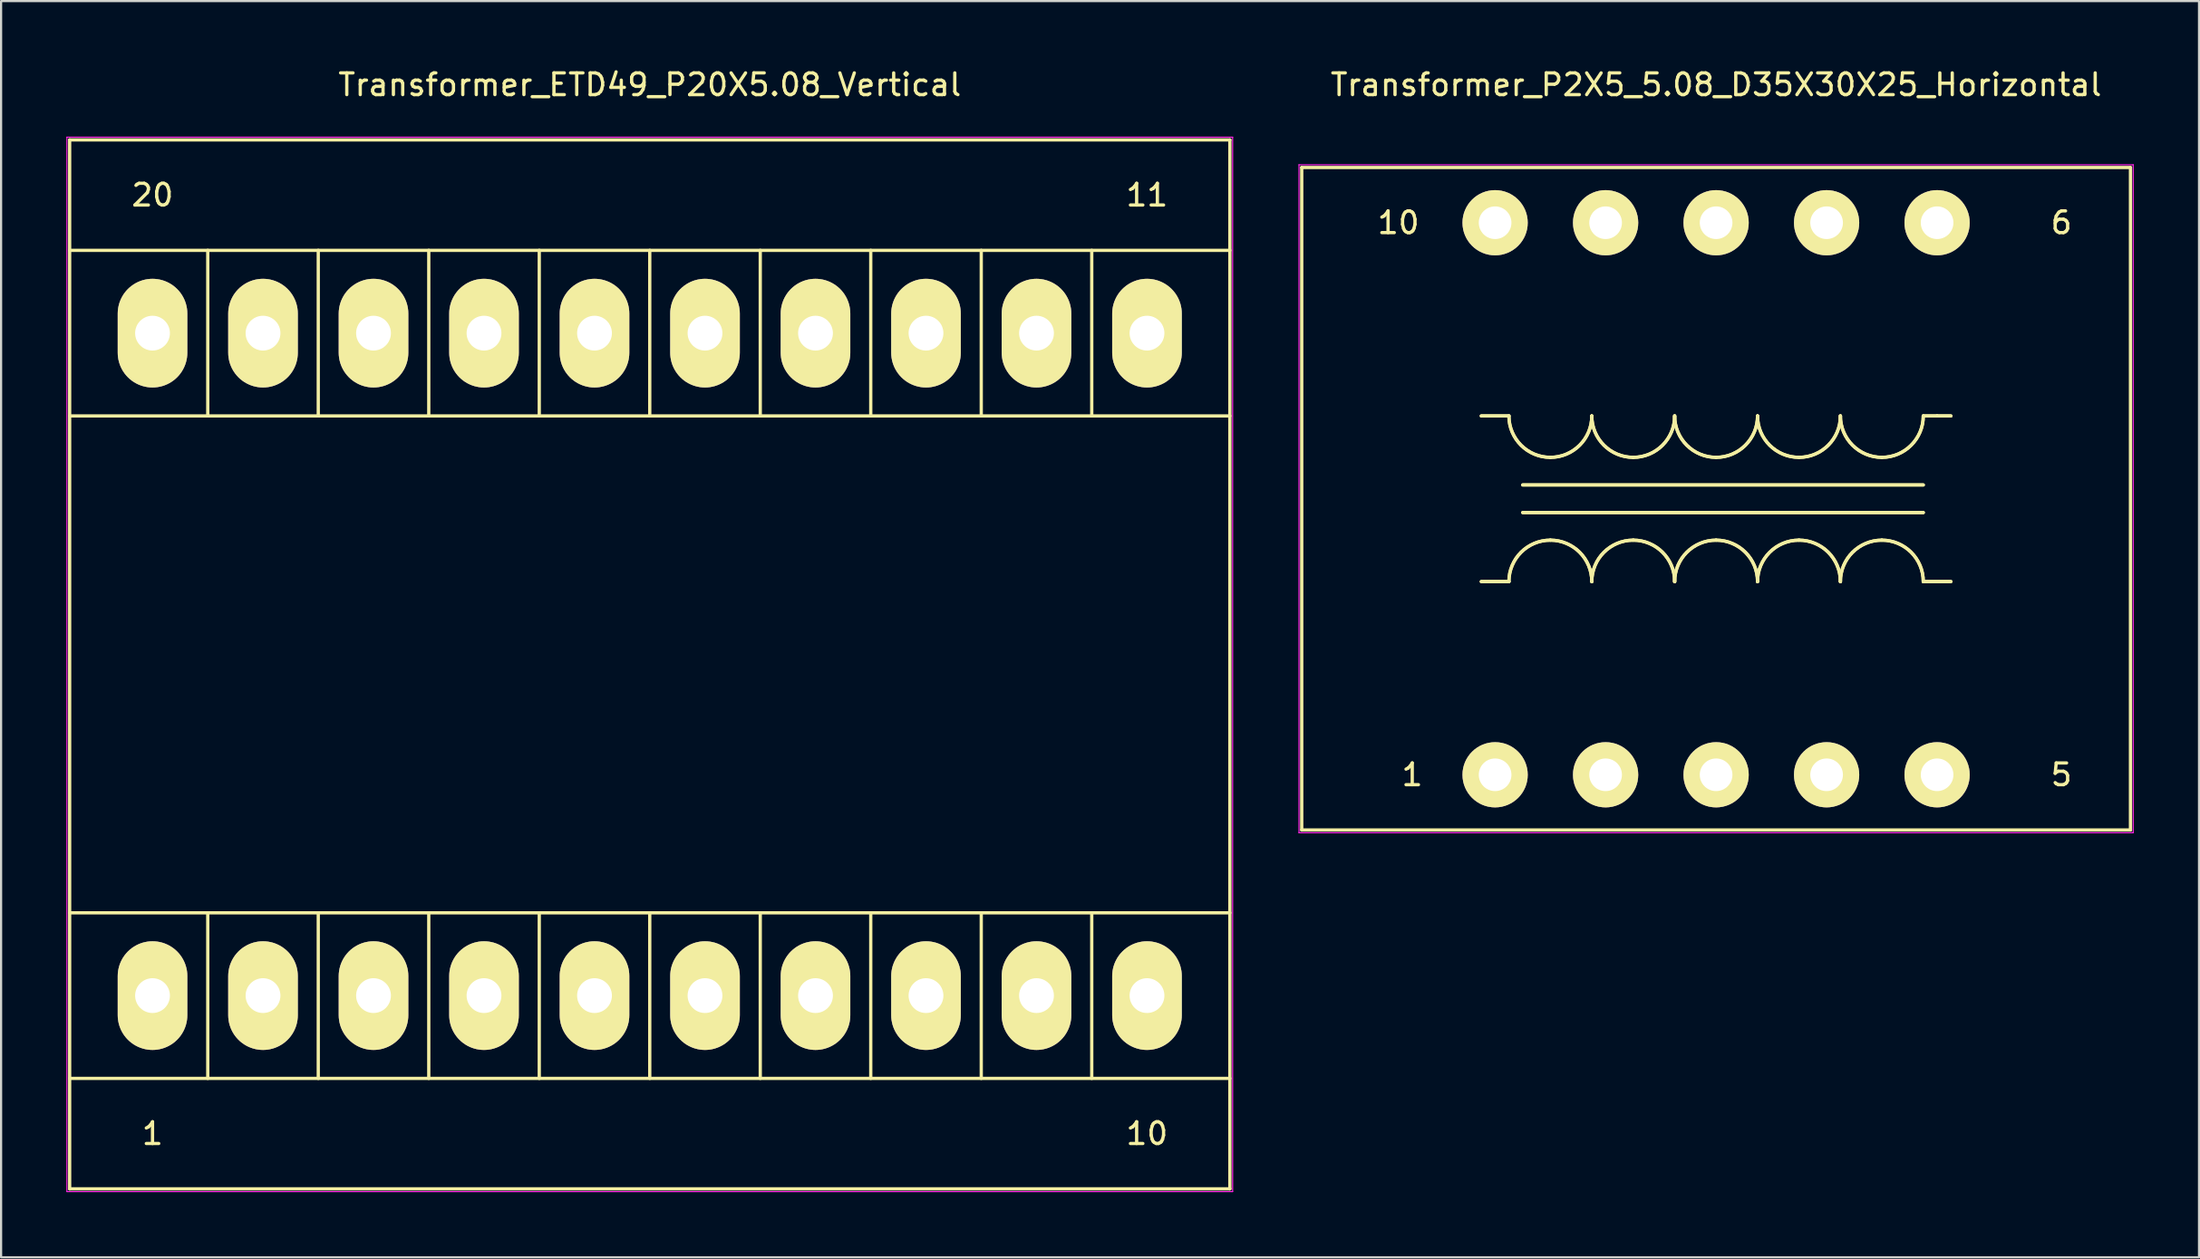
<source format=kicad_pcb>
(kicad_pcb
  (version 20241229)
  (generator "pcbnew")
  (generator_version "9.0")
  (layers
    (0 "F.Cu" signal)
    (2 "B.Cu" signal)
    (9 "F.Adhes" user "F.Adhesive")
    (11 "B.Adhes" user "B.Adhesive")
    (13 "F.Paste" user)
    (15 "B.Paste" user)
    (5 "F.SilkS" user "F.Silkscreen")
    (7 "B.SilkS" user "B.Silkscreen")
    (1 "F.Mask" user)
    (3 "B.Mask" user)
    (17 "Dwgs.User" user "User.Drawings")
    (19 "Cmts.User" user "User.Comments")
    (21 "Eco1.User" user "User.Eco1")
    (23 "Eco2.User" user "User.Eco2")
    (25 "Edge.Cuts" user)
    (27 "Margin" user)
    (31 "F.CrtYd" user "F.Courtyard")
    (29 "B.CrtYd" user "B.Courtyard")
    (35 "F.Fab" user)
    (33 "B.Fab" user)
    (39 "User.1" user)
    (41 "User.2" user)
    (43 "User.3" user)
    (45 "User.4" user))
  (footprint "Transformer_P2X5_5.08_D35X30X25_Horizontal"
    (layer "F.Cu")
    (at 65.686 32.598)
    (property "Reference" "Transformer_P2X5_5.08_D35X30X25_Horizontal" (at 10.16 -31.75 0) (layer "F.SilkS") (effects (font (size 1 1) (thickness 0.15))))
    (attr through_hole)
    (fp_line (start -8.89 -27.94) (end -8.89 2.54) (stroke (width 0.15) (type solid)) (layer "F.SilkS"))
    (fp_line (start -8.89 -27.94) (end 29.21 -27.94) (stroke (width 0.15) (type solid)) (layer "F.SilkS"))
    (fp_line (start 0.635 -16.51) (end -0.635 -16.51) (stroke (width 0.15) (type solid)) (layer "F.SilkS"))
    (fp_line (start 0.635 -16.51) (end -0.635 -16.51) (stroke (width 0.15) (type solid)) (layer "F.SilkS"))
    (fp_line (start 0.635 -8.89) (end -0.635 -8.89) (stroke (width 0.15) (type solid)) (layer "F.SilkS"))
    (fp_line (start 0.635 -8.89) (end -0.635 -8.89) (stroke (width 0.15) (type solid)) (layer "F.SilkS"))
    (fp_line (start 1.27 -13.335) (end 19.685 -13.335) (stroke (width 0.15) (type solid)) (layer "F.SilkS"))
    (fp_line (start 1.27 -13.335) (end 19.685 -13.335) (stroke (width 0.15) (type solid)) (layer "F.SilkS"))
    (fp_line (start 1.27 -12.065) (end 19.685 -12.065) (stroke (width 0.15) (type solid)) (layer "F.SilkS"))
    (fp_line (start 1.27 -12.065) (end 19.685 -12.065) (stroke (width 0.15) (type solid)) (layer "F.SilkS"))
    (fp_line (start 19.685 -16.51) (end 20.32 -16.51) (stroke (width 0.15) (type solid)) (layer "F.SilkS"))
    (fp_line (start 19.685 -16.51) (end 20.32 -16.51) (stroke (width 0.15) (type solid)) (layer "F.SilkS"))
    (fp_line (start 19.685 -8.89) (end 20.955 -8.89) (stroke (width 0.15) (type solid)) (layer "F.SilkS"))
    (fp_line (start 19.685 -8.89) (end 20.955 -8.89) (stroke (width 0.15) (type solid)) (layer "F.SilkS"))
    (fp_line (start 20.32 -16.51) (end 20.955 -16.51) (stroke (width 0.15) (type solid)) (layer "F.SilkS"))
    (fp_line (start 20.32 -16.51) (end 20.955 -16.51) (stroke (width 0.15) (type solid)) (layer "F.SilkS"))
    (fp_line (start 29.21 -27.94) (end 29.21 2.54) (stroke (width 0.15) (type solid)) (layer "F.SilkS"))
    (fp_line (start 29.21 2.54) (end -8.89 2.54) (stroke (width 0.15) (type solid)) (layer "F.SilkS"))
    (fp_arc (start 0.635 -8.89) (mid 1.192962 -10.237038) (end 2.54 -10.795) (stroke (width 0.15) (type solid)) (layer "F.SilkS"))
    (fp_arc (start 0.635 -8.89) (mid 1.192962 -10.237038) (end 2.54 -10.795) (stroke (width 0.15) (type solid)) (layer "F.SilkS"))
    (fp_arc (start 2.54 -14.605) (mid 1.192962 -15.162962) (end 0.635 -16.51) (stroke (width 0.15) (type solid)) (layer "F.SilkS"))
    (fp_arc (start 2.54 -14.605) (mid 1.192962 -15.162962) (end 0.635 -16.51) (stroke (width 0.15) (type solid)) (layer "F.SilkS"))
    (fp_arc (start 2.54 -10.795) (mid 3.887038 -10.237038) (end 4.445 -8.89) (stroke (width 0.15) (type solid)) (layer "F.SilkS"))
    (fp_arc (start 2.54 -10.795) (mid 3.887038 -10.237038) (end 4.445 -8.89) (stroke (width 0.15) (type solid)) (layer "F.SilkS"))
    (fp_arc (start 4.445 -16.51) (mid 3.887038 -15.162962) (end 2.54 -14.605) (stroke (width 0.15) (type solid)) (layer "F.SilkS"))
    (fp_arc (start 4.445 -16.51) (mid 3.887038 -15.162962) (end 2.54 -14.605) (stroke (width 0.15) (type solid)) (layer "F.SilkS"))
    (fp_arc (start 4.445 -8.89) (mid 5.002962 -10.237038) (end 6.35 -10.795) (stroke (width 0.15) (type solid)) (layer "F.SilkS"))
    (fp_arc (start 4.445 -8.89) (mid 5.002962 -10.237038) (end 6.35 -10.795) (stroke (width 0.15) (type solid)) (layer "F.SilkS"))
    (fp_arc (start 6.35 -14.605) (mid 5.002962 -15.162962) (end 4.445 -16.51) (stroke (width 0.15) (type solid)) (layer "F.SilkS"))
    (fp_arc (start 6.35 -14.605) (mid 5.002962 -15.162962) (end 4.445 -16.51) (stroke (width 0.15) (type solid)) (layer "F.SilkS"))
    (fp_arc (start 6.35 -10.795) (mid 7.697038 -10.237038) (end 8.255 -8.89) (stroke (width 0.15) (type solid)) (layer "F.SilkS"))
    (fp_arc (start 6.35 -10.795) (mid 7.697038 -10.237038) (end 8.255 -8.89) (stroke (width 0.15) (type solid)) (layer "F.SilkS"))
    (fp_arc (start 8.255 -16.51) (mid 7.697038 -15.162962) (end 6.35 -14.605) (stroke (width 0.15) (type solid)) (layer "F.SilkS"))
    (fp_arc (start 8.255 -16.51) (mid 7.697038 -15.162962) (end 6.35 -14.605) (stroke (width 0.15) (type solid)) (layer "F.SilkS"))
    (fp_arc (start 8.255 -8.89) (mid 8.812962 -10.237038) (end 10.16 -10.795) (stroke (width 0.15) (type solid)) (layer "F.SilkS"))
    (fp_arc (start 8.255 -8.89) (mid 8.812962 -10.237038) (end 10.16 -10.795) (stroke (width 0.15) (type solid)) (layer "F.SilkS"))
    (fp_arc (start 10.16 -14.605) (mid 8.812962 -15.162962) (end 8.255 -16.51) (stroke (width 0.15) (type solid)) (layer "F.SilkS"))
    (fp_arc (start 10.16 -14.605) (mid 8.812962 -15.162962) (end 8.255 -16.51) (stroke (width 0.15) (type solid)) (layer "F.SilkS"))
    (fp_arc (start 10.16 -10.795) (mid 11.507038 -10.237038) (end 12.065 -8.89) (stroke (width 0.15) (type solid)) (layer "F.SilkS"))
    (fp_arc (start 10.16 -10.795) (mid 11.507038 -10.237038) (end 12.065 -8.89) (stroke (width 0.15) (type solid)) (layer "F.SilkS"))
    (fp_arc (start 12.065 -16.51) (mid 11.507038 -15.162962) (end 10.16 -14.605) (stroke (width 0.15) (type solid)) (layer "F.SilkS"))
    (fp_arc (start 12.065 -16.51) (mid 11.507038 -15.162962) (end 10.16 -14.605) (stroke (width 0.15) (type solid)) (layer "F.SilkS"))
    (fp_arc (start 12.065 -8.89) (mid 12.622962 -10.237038) (end 13.97 -10.795) (stroke (width 0.15) (type solid)) (layer "F.SilkS"))
    (fp_arc (start 12.065 -8.89) (mid 12.622962 -10.237038) (end 13.97 -10.795) (stroke (width 0.15) (type solid)) (layer "F.SilkS"))
    (fp_arc (start 13.97 -14.605) (mid 12.622962 -15.162962) (end 12.065 -16.51) (stroke (width 0.15) (type solid)) (layer "F.SilkS"))
    (fp_arc (start 13.97 -14.605) (mid 12.622962 -15.162962) (end 12.065 -16.51) (stroke (width 0.15) (type solid)) (layer "F.SilkS"))
    (fp_arc (start 13.97 -10.795) (mid 15.317038 -10.237038) (end 15.875 -8.89) (stroke (width 0.15) (type solid)) (layer "F.SilkS"))
    (fp_arc (start 13.97 -10.795) (mid 15.317038 -10.237038) (end 15.875 -8.89) (stroke (width 0.15) (type solid)) (layer "F.SilkS"))
    (fp_arc (start 15.875 -16.51) (mid 15.317038 -15.162962) (end 13.97 -14.605) (stroke (width 0.15) (type solid)) (layer "F.SilkS"))
    (fp_arc (start 15.875 -16.51) (mid 15.317038 -15.162962) (end 13.97 -14.605) (stroke (width 0.15) (type solid)) (layer "F.SilkS"))
    (fp_arc (start 15.875 -8.89) (mid 16.432962 -10.237038) (end 17.78 -10.795) (stroke (width 0.15) (type solid)) (layer "F.SilkS"))
    (fp_arc (start 15.875 -8.89) (mid 16.432962 -10.237038) (end 17.78 -10.795) (stroke (width 0.15) (type solid)) (layer "F.SilkS"))
    (fp_arc (start 17.78 -14.605) (mid 16.432962 -15.162962) (end 15.875 -16.51) (stroke (width 0.15) (type solid)) (layer "F.SilkS"))
    (fp_arc (start 17.78 -14.605) (mid 16.432962 -15.162962) (end 15.875 -16.51) (stroke (width 0.15) (type solid)) (layer "F.SilkS"))
    (fp_arc (start 17.78 -10.795) (mid 19.127038 -10.237038) (end 19.685 -8.89) (stroke (width 0.15) (type solid)) (layer "F.SilkS"))
    (fp_arc (start 17.78 -10.795) (mid 19.127038 -10.237038) (end 19.685 -8.89) (stroke (width 0.15) (type solid)) (layer "F.SilkS"))
    (fp_arc (start 19.685 -16.51) (mid 19.127038 -15.162962) (end 17.78 -14.605) (stroke (width 0.15) (type solid)) (layer "F.SilkS"))
    (fp_arc (start 19.685 -16.51) (mid 19.127038 -15.162962) (end 17.78 -14.605) (stroke (width 0.15) (type solid)) (layer "F.SilkS"))
    (fp_line (start -9.017 -28.067) (end 29.337 -28.067) (stroke (width 0.05) (type solid)) (layer "F.CrtYd"))
    (fp_line (start -9.017 2.667) (end -9.017 -28.067) (stroke (width 0.05) (type solid)) (layer "F.CrtYd"))
    (fp_line (start 29.337 -28.067) (end 29.337 2.667) (stroke (width 0.05) (type solid)) (layer "F.CrtYd"))
    (fp_line (start 29.337 2.667) (end -9.017 2.667) (stroke (width 0.05) (type solid)) (layer "F.CrtYd"))
    (fp_text user "1" (at -3.81 0 0) (layer "F.SilkS") (effects (font (size 1 1) (thickness 0.15))))
    (fp_text user "5" (at 26.035 0 0) (layer "F.SilkS") (effects (font (size 1 1) (thickness 0.15))))
    (fp_text user "6" (at 26.035 -25.4 0) (layer "F.SilkS") (effects (font (size 1 1) (thickness 0.15))))
    (fp_text user "10" (at -4.445 -25.4 0) (layer "F.SilkS") (effects (font (size 1 1) (thickness 0.15))))
    (pad "1" thru_hole circle (at 0 0 90) (size 3 3) (drill 1.501) (layers "*.Cu" "*.Mask" "F.SilkS"))
    (pad "2" thru_hole circle (at 5.08 0 90) (size 3 3) (drill 1.501) (layers "*.Cu" "*.Mask" "F.SilkS"))
    (pad "3" thru_hole circle (at 10.16 0 90) (size 3 3) (drill 1.501) (layers "*.Cu" "*.Mask" "F.SilkS"))
    (pad "4" thru_hole circle (at 15.24 0 90) (size 3 3) (drill 1.501) (layers "*.Cu" "*.Mask" "F.SilkS"))
    (pad "5" thru_hole circle (at 20.32 0 90) (size 3 3) (drill 1.501) (layers "*.Cu" "*.Mask" "F.SilkS"))
    (pad "6" thru_hole circle (at 20.32 -25.4 90) (size 3 3) (drill 1.501) (layers "*.Cu" "*.Mask" "F.SilkS"))
    (pad "7" thru_hole circle (at 15.24 -25.4 90) (size 3 3) (drill 1.501) (layers "*.Cu" "*.Mask" "F.SilkS"))
    (pad "8" thru_hole circle (at 10.16 -25.4 90) (size 3 3) (drill 1.501) (layers "*.Cu" "*.Mask" "F.SilkS"))
    (pad "9" thru_hole circle (at 5.08 -25.4 90) (size 3 3) (drill 1.501) (layers "*.Cu" "*.Mask" "F.SilkS"))
    (pad "10" thru_hole circle (at 0 -25.4 90) (size 3 3) (drill 1.501) (layers "*.Cu" "*.Mask" "F.SilkS")))
  (footprint "Transformer_ETD49_P20X5.08_Vertical"
    (layer "F.Cu")
    (at 3.962 42.758)
    (property "Reference" "Transformer_ETD49_P20X5.08_Vertical" (at 22.86 -41.91 0) (layer "F.SilkS") (effects (font (size 1 1) (thickness 0.15))))
    (attr through_hole)
    (fp_line (start -3.81 -39.37) (end 49.53 -39.37) (stroke (width 0.15) (type solid)) (layer "F.SilkS"))
    (fp_line (start -3.81 -34.29) (end 49.53 -34.29) (stroke (width 0.15) (type solid)) (layer "F.SilkS"))
    (fp_line (start -3.81 -26.67) (end 49.53 -26.67) (stroke (width 0.15) (type solid)) (layer "F.SilkS"))
    (fp_line (start -3.81 -3.81) (end 49.53 -3.81) (stroke (width 0.15) (type solid)) (layer "F.SilkS"))
    (fp_line (start -3.81 3.81) (end 49.53 3.81) (stroke (width 0.15) (type solid)) (layer "F.SilkS"))
    (fp_line (start -3.81 8.89) (end -3.81 -39.37) (stroke (width 0.15) (type solid)) (layer "F.SilkS"))
    (fp_line (start 2.54 -34.29) (end 2.54 -26.67) (stroke (width 0.15) (type solid)) (layer "F.SilkS"))
    (fp_line (start 2.54 -3.81) (end 2.54 3.81) (stroke (width 0.15) (type solid)) (layer "F.SilkS"))
    (fp_line (start 7.62 -34.29) (end 7.62 -26.67) (stroke (width 0.15) (type solid)) (layer "F.SilkS"))
    (fp_line (start 7.62 -3.81) (end 7.62 3.81) (stroke (width 0.15) (type solid)) (layer "F.SilkS"))
    (fp_line (start 12.7 -34.29) (end 12.7 -26.67) (stroke (width 0.15) (type solid)) (layer "F.SilkS"))
    (fp_line (start 12.7 -3.81) (end 12.7 3.81) (stroke (width 0.15) (type solid)) (layer "F.SilkS"))
    (fp_line (start 17.78 -34.29) (end 17.78 -26.67) (stroke (width 0.15) (type solid)) (layer "F.SilkS"))
    (fp_line (start 17.78 -3.81) (end 17.78 3.81) (stroke (width 0.15) (type solid)) (layer "F.SilkS"))
    (fp_line (start 22.86 -34.29) (end 22.86 -26.67) (stroke (width 0.15) (type solid)) (layer "F.SilkS"))
    (fp_line (start 22.86 -3.81) (end 22.86 3.81) (stroke (width 0.15) (type solid)) (layer "F.SilkS"))
    (fp_line (start 27.94 -34.29) (end 27.94 -26.67) (stroke (width 0.15) (type solid)) (layer "F.SilkS"))
    (fp_line (start 27.94 -3.81) (end 27.94 3.81) (stroke (width 0.15) (type solid)) (layer "F.SilkS"))
    (fp_line (start 33.02 -34.29) (end 33.02 -26.67) (stroke (width 0.15) (type solid)) (layer "F.SilkS"))
    (fp_line (start 33.02 -3.81) (end 33.02 3.81) (stroke (width 0.15) (type solid)) (layer "F.SilkS"))
    (fp_line (start 38.1 -34.29) (end 38.1 -26.67) (stroke (width 0.15) (type solid)) (layer "F.SilkS"))
    (fp_line (start 38.1 -3.81) (end 38.1 3.81) (stroke (width 0.15) (type solid)) (layer "F.SilkS"))
    (fp_line (start 43.18 -34.29) (end 43.18 -26.67) (stroke (width 0.15) (type solid)) (layer "F.SilkS"))
    (fp_line (start 43.18 -3.81) (end 43.18 3.81) (stroke (width 0.15) (type solid)) (layer "F.SilkS"))
    (fp_line (start 49.53 -39.37) (end 49.53 8.89) (stroke (width 0.15) (type solid)) (layer "F.SilkS"))
    (fp_line (start 49.53 8.89) (end -3.81 8.89) (stroke (width 0.15) (type solid)) (layer "F.SilkS"))
    (fp_line (start -3.937 -39.497) (end 49.657 -39.497) (stroke (width 0.05) (type solid)) (layer "F.CrtYd"))
    (fp_line (start -3.937 9.017) (end -3.937 -39.497) (stroke (width 0.05) (type solid)) (layer "F.CrtYd"))
    (fp_line (start 49.657 -39.497) (end 49.657 9.017) (stroke (width 0.05) (type solid)) (layer "F.CrtYd"))
    (fp_line (start 49.657 9.017) (end -3.937 9.017) (stroke (width 0.05) (type solid)) (layer "F.CrtYd"))
    (fp_text user "20" (at 0 -36.83 0) (layer "F.SilkS") (effects (font (size 1 1) (thickness 0.15))))
    (fp_text user "10" (at 45.72 6.35 0) (layer "F.SilkS") (effects (font (size 1 1) (thickness 0.15))))
    (fp_text user "11" (at 45.72 -36.83 0) (layer "F.SilkS") (effects (font (size 1 1) (thickness 0.15))))
    (fp_text user "1" (at 0 6.35 0) (layer "F.SilkS") (effects (font (size 1 1) (thickness 0.15))))
    (pad "1" thru_hole oval (at 0 0) (size 3.2 5) (drill 1.6) (layers "*.Cu" "*.Mask" "F.SilkS"))
    (pad "2" thru_hole oval (at 5.08 0) (size 3.2 5) (drill 1.6) (layers "*.Cu" "*.Mask" "F.SilkS"))
    (pad "3" thru_hole oval (at 10.16 0) (size 3.2 5) (drill 1.6) (layers "*.Cu" "*.Mask" "F.SilkS"))
    (pad "4" thru_hole oval (at 15.24 0) (size 3.2 5) (drill 1.6) (layers "*.Cu" "*.Mask" "F.SilkS"))
    (pad "5" thru_hole oval (at 20.32 0) (size 3.2 5) (drill 1.6) (layers "*.Cu" "*.Mask" "F.SilkS"))
    (pad "6" thru_hole oval (at 25.4 0) (size 3.2 5) (drill 1.6) (layers "*.Cu" "*.Mask" "F.SilkS"))
    (pad "7" thru_hole oval (at 30.48 0) (size 3.2 5) (drill 1.6) (layers "*.Cu" "*.Mask" "F.SilkS"))
    (pad "8" thru_hole oval (at 35.56 0) (size 3.2 5) (drill 1.6) (layers "*.Cu" "*.Mask" "F.SilkS"))
    (pad "9" thru_hole oval (at 40.64 0) (size 3.2 5) (drill 1.6) (layers "*.Cu" "*.Mask" "F.SilkS"))
    (pad "10" thru_hole oval (at 45.72 0) (size 3.2 5) (drill 1.6) (layers "*.Cu" "*.Mask" "F.SilkS"))
    (pad "11" thru_hole oval (at 45.72 -30.48) (size 3.2 5) (drill 1.6) (layers "*.Cu" "*.Mask" "F.SilkS"))
    (pad "12" thru_hole oval (at 40.64 -30.48) (size 3.2 5) (drill 1.6) (layers "*.Cu" "*.Mask" "F.SilkS"))
    (pad "13" thru_hole oval (at 35.56 -30.48) (size 3.2 5) (drill 1.6) (layers "*.Cu" "*.Mask" "F.SilkS"))
    (pad "14" thru_hole oval (at 30.48 -30.48) (size 3.2 5) (drill 1.6) (layers "*.Cu" "*.Mask" "F.SilkS"))
    (pad "15" thru_hole oval (at 25.4 -30.48) (size 3.2 5) (drill 1.6) (layers "*.Cu" "*.Mask" "F.SilkS"))
    (pad "16" thru_hole oval (at 20.32 -30.48) (size 3.2 5) (drill 1.6) (layers "*.Cu" "*.Mask" "F.SilkS"))
    (pad "17" thru_hole oval (at 15.24 -30.48) (size 3.2 5) (drill 1.6) (layers "*.Cu" "*.Mask" "F.SilkS"))
    (pad "18" thru_hole oval (at 10.16 -30.48) (size 3.2 5) (drill 1.6) (layers "*.Cu" "*.Mask" "F.SilkS"))
    (pad "19" thru_hole oval (at 5.08 -30.48) (size 3.2 5) (drill 1.6) (layers "*.Cu" "*.Mask" "F.SilkS"))
    (pad "20" thru_hole oval (at 0 -30.48) (size 3.2 5) (drill 1.6) (layers "*.Cu" "*.Mask" "F.SilkS")))
  (gr_rect
    (start -3 -3)
    (end 98.048 54.8)
    (stroke (width 0.1) (type default))
    (fill no)
    (layer "Edge.Cuts")))
</source>
